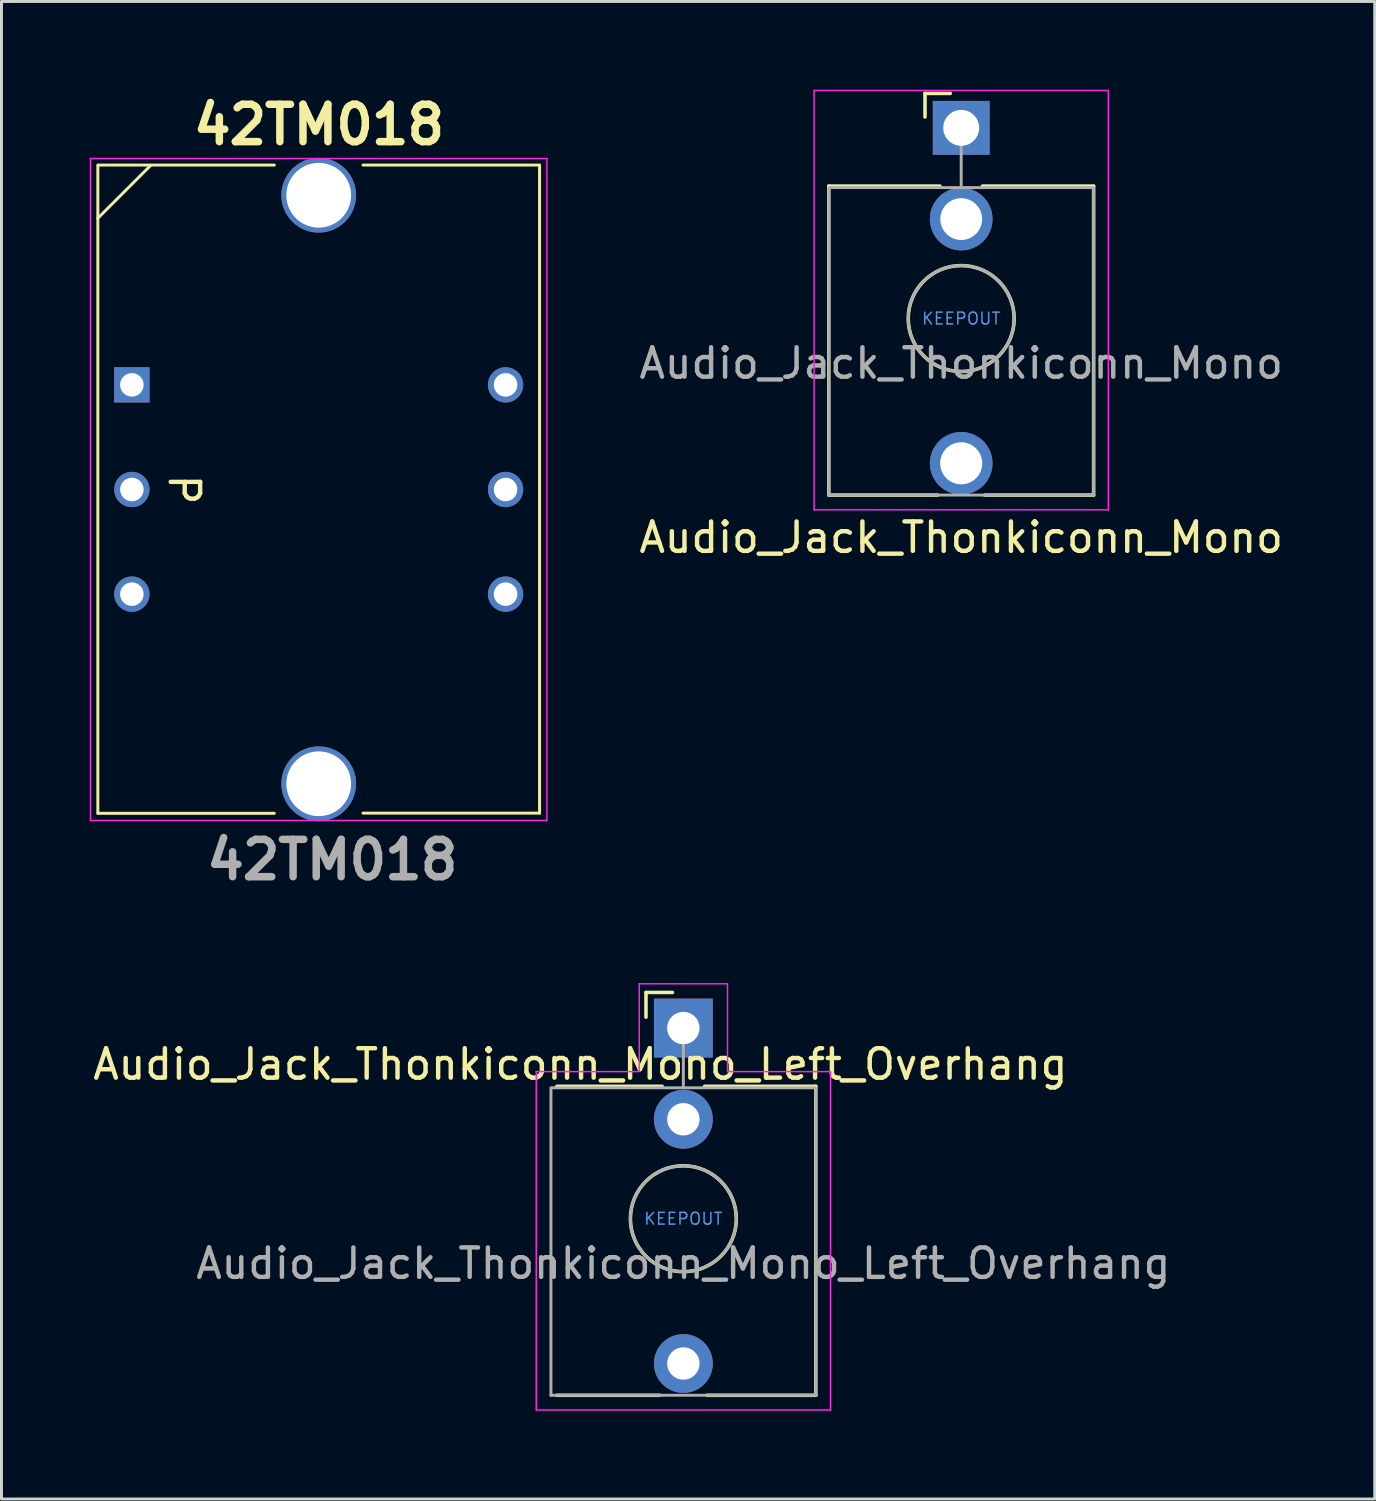
<source format=kicad_pcb>
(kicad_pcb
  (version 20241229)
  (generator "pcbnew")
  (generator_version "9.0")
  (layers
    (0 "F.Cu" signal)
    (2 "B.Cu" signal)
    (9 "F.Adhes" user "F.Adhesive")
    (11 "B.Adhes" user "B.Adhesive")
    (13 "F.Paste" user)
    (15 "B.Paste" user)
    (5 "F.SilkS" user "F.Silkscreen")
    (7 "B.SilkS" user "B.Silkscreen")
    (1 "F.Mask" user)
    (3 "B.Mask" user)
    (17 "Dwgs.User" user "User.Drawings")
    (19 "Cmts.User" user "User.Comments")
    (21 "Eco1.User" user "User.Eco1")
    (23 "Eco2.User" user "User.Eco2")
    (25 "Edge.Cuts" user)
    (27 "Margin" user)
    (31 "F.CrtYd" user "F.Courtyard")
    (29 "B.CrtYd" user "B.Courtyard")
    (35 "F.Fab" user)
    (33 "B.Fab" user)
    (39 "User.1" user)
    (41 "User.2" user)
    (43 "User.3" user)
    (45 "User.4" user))
  (footprint "Audio_Jack_Thonkiconn_Mono_Left_Overhang"
    (layer "F.Cu")
    (at 20.173 38.367)
    (property "Reference" "Audio_Jack_Thonkiconn_Mono_Left_Overhang" (at -3.5 -5.25 180) (layer "F.SilkS") (effects (font (size 1 1) (thickness 0.15))))
    (attr through_hole exclude_from_pos_files exclude_from_bom)
    (fp_line (start -1.27 -7.69) (end -1.27 -6.85) (stroke (width 0.12) (type solid)) (layer "F.SilkS"))
    (fp_line (start -1.27 -7.69) (end -0.37 -7.69) (stroke (width 0.12) (type solid)) (layer "F.SilkS"))
    (fp_line (start -0.8 6) (end -4.3 6) (stroke (width 0.12) (type solid)) (layer "F.SilkS"))
    (fp_line (start -0.72 -4.5) (end -4.3 -4.5) (stroke (width 0.12) (type solid)) (layer "F.SilkS"))
    (fp_line (start 4.5 -4.5) (end 0.72 -4.5) (stroke (width 0.12) (type solid)) (layer "F.SilkS"))
    (fp_line (start 4.5 -4.5) (end 4.5 6) (stroke (width 0.12) (type solid)) (layer "F.SilkS"))
    (fp_line (start 4.5 6) (end 0.8 6) (stroke (width 0.12) (type solid)) (layer "F.SilkS"))
    (fp_circle (center 0 0) (end 1.8 0) (stroke (width 0.12) (type solid)) (fill no) (layer "F.SilkS"))
    (fp_line (start -5 -5) (end -1.5 -5) (stroke (width 0.05) (type default)) (layer "F.CrtYd"))
    (fp_line (start -5 6.5) (end -5 -5) (stroke (width 0.05) (type solid)) (layer "F.CrtYd"))
    (fp_line (start -1.5 -5.008) (end -1.5 -7.985) (stroke (width 0.05) (type default)) (layer "F.CrtYd"))
    (fp_line (start 1.5 -7.985) (end -1.5 -7.985) (stroke (width 0.05) (type solid)) (layer "F.CrtYd"))
    (fp_line (start 1.5 -5) (end 1.5 -7.985) (stroke (width 0.05) (type default)) (layer "F.CrtYd"))
    (fp_line (start 5 -5) (end 1.5 -5) (stroke (width 0.05) (type default)) (layer "F.CrtYd"))
    (fp_line (start 5 6.5) (end -5 6.5) (stroke (width 0.05) (type solid)) (layer "F.CrtYd"))
    (fp_line (start 5 6.5) (end 5 -5) (stroke (width 0.05) (type solid)) (layer "F.CrtYd"))
    (fp_line (start -4.5 6) (end -4.5 -4.4) (stroke (width 0.1) (type solid)) (layer "F.Fab"))
    (fp_line (start 0 -6.48) (end 0 -4.45) (stroke (width 0.1) (type solid)) (layer "F.Fab"))
    (fp_line (start 4.5 -4.45) (end -4.5 -4.45) (stroke (width 0.1) (type solid)) (layer "F.Fab"))
    (fp_line (start 4.5 6) (end -4.5 6) (stroke (width 0.1) (type solid)) (layer "F.Fab"))
    (fp_line (start 4.5 6) (end 4.5 -4.4) (stroke (width 0.1) (type solid)) (layer "F.Fab"))
    (fp_circle (center 0 0) (end 1.8 0) (stroke (width 0.1) (type solid)) (fill no) (layer "F.Fab"))
    (fp_text user "KEEPOUT" (at 0 0 180) (layer "Cmts.User") (effects (font (size 0.4 0.4) (thickness 0.051))))
    (fp_text user "${REFERENCE}" (at 0 1.52 180) (layer "F.Fab") (effects (font (size 1 1) (thickness 0.15))))
    (pad "S" thru_hole rect (at 0 -6.48 180) (size 2 2) (drill 1.1) (layers "*.Cu" "*.Mask"))
    (pad "T" thru_hole circle (at 0 4.92 180) (size 2 2) (drill 1.1) (layers "*.Cu" "*.Mask"))
    (pad "TN" thru_hole circle (at 0 -3.38 180) (size 2 2) (drill 1.1) (layers "*.Cu" "*.Mask"))
    (zone (net_name "") (layer "F.Cu") (hatch full 0.508) (connect_pads) (min_thickness 0.254) (filled_areas_thickness no) (keepout (tracks not_allowed) (vias not_allowed) (pads not_allowed) (copperpour not_allowed) (footprints not_allowed)) (placement (enabled no)) (fill) (polygon (pts (xy 21.678 38.367) (xy 21.658 38.122) (xy 21.597 37.882) (xy 21.499 37.656) (xy 21.365 37.449) (xy 21.199 37.267) (xy 21.006 37.114) (xy 20.79 36.995) (xy 20.557 36.912) (xy 20.314 36.869) (xy 20.068 36.866) (xy 19.824 36.903) (xy 19.589 36.98) (xy 19.371 37.094) (xy 19.173 37.242) (xy 19.003 37.42) (xy 18.864 37.624) (xy 18.76 37.848) (xy 18.694 38.085) (xy 18.668 38.331) (xy 18.682 38.577) (xy 18.736 38.818) (xy 18.829 39.046) (xy 18.958 39.256) (xy 19.12 39.443) (xy 19.309 39.6) (xy 19.522 39.725) (xy 19.753 39.813) (xy 19.994 39.862) (xy 20.241 39.871) (xy 20.486 39.84) (xy 20.722 39.769) (xy 20.943 39.66) (xy 21.144 39.517) (xy 21.319 39.343) (xy 21.463 39.143) (xy 21.572 38.922) (xy 21.644 38.686) (xy 21.676 38.441)))))
  (footprint "Audio_Jack_Thonkiconn_Mono"
    (layer "F.Cu")
    (at 29.615 7.775)
    (property "Reference" "Audio_Jack_Thonkiconn_Mono" (at 0 7.44 180) (layer "F.SilkS") (effects (font (size 1 1) (thickness 0.15))))
    (attr through_hole)
    (fp_line (start -4.5 -4.5) (end -4.5 6) (stroke (width 0.12) (type solid)) (layer "F.SilkS"))
    (fp_line (start -1.23 -7.65) (end -1.23 -6.85) (stroke (width 0.12) (type solid)) (layer "F.SilkS"))
    (fp_line (start -1.23 -7.65) (end -0.37 -7.65) (stroke (width 0.12) (type solid)) (layer "F.SilkS"))
    (fp_line (start -0.8 6) (end -4.5 6) (stroke (width 0.12) (type solid)) (layer "F.SilkS"))
    (fp_line (start -0.72 -4.5) (end -4.5 -4.5) (stroke (width 0.12) (type solid)) (layer "F.SilkS"))
    (fp_line (start 4.5 -4.5) (end 0.72 -4.5) (stroke (width 0.12) (type solid)) (layer "F.SilkS"))
    (fp_line (start 4.5 -4.5) (end 4.5 6) (stroke (width 0.12) (type solid)) (layer "F.SilkS"))
    (fp_line (start 4.5 6) (end 0.8 6) (stroke (width 0.12) (type solid)) (layer "F.SilkS"))
    (fp_circle (center 0 0) (end 1.8 0) (stroke (width 0.12) (type solid)) (fill no) (layer "F.SilkS"))
    (fp_line (start -5 6.5) (end -5 -7.75) (stroke (width 0.05) (type solid)) (layer "F.CrtYd"))
    (fp_line (start 5 -7.75) (end -5 -7.75) (stroke (width 0.05) (type solid)) (layer "F.CrtYd"))
    (fp_line (start 5 6.5) (end -5 6.5) (stroke (width 0.05) (type solid)) (layer "F.CrtYd"))
    (fp_line (start 5 6.5) (end 5 -7.75) (stroke (width 0.05) (type solid)) (layer "F.CrtYd"))
    (fp_line (start -4.5 6) (end -4.5 -4.4) (stroke (width 0.1) (type solid)) (layer "F.Fab"))
    (fp_line (start 0 -6.48) (end 0 -4.45) (stroke (width 0.1) (type solid)) (layer "F.Fab"))
    (fp_line (start 4.5 -4.45) (end -4.5 -4.45) (stroke (width 0.1) (type solid)) (layer "F.Fab"))
    (fp_line (start 4.5 6) (end -4.5 6) (stroke (width 0.1) (type solid)) (layer "F.Fab"))
    (fp_line (start 4.5 6) (end 4.5 -4.4) (stroke (width 0.1) (type solid)) (layer "F.Fab"))
    (fp_circle (center 0 0) (end 1.8 0) (stroke (width 0.1) (type solid)) (fill no) (layer "F.Fab"))
    (fp_text user "KEEPOUT" (at 0 0 180) (layer "Cmts.User") (effects (font (size 0.4 0.4) (thickness 0.051))))
    (fp_text user "${REFERENCE}" (at 0 1.52 180) (layer "F.Fab") (effects (font (size 1 1) (thickness 0.15))))
    (pad "S" thru_hole rect (at 0 -6.48 180) (size 1.93 1.83) (drill 1.22) (layers "*.Cu" "*.Mask"))
    (pad "T" thru_hole circle (at 0 4.92 180) (size 2.13 2.13) (drill 1.43) (layers "*.Cu" "*.Mask"))
    (pad "TN" thru_hole circle (at 0 -3.38 180) (size 2.13 2.13) (drill 1.42) (layers "*.Cu" "*.Mask"))
    (zone (net_name "") (layer "F.Cu") (hatch full 0.508) (connect_pads) (min_thickness 0.254) (filled_areas_thickness no) (keepout (tracks not_allowed) (vias not_allowed) (pads not_allowed) (copperpour not_allowed) (footprints not_allowed)) (placement (enabled no)) (fill) (polygon (pts (xy 31.12 7.775) (xy 31.1 7.529) (xy 31.039 7.29) (xy 30.941 7.064) (xy 30.807 6.857) (xy 30.641 6.674) (xy 30.448 6.521) (xy 30.232 6.402) (xy 29.999 6.32) (xy 29.756 6.277) (xy 29.51 6.274) (xy 29.266 6.311) (xy 29.031 6.387) (xy 28.813 6.501) (xy 28.615 6.649) (xy 28.445 6.828) (xy 28.306 7.032) (xy 28.202 7.255) (xy 28.136 7.493) (xy 28.11 7.738) (xy 28.124 7.984) (xy 28.178 8.225) (xy 28.271 8.454) (xy 28.4 8.664) (xy 28.561 8.85) (xy 28.751 9.008) (xy 28.964 9.132) (xy 29.195 9.22) (xy 29.436 9.27) (xy 29.683 9.279) (xy 29.928 9.247) (xy 30.164 9.176) (xy 30.385 9.068) (xy 30.586 8.925) (xy 30.761 8.751) (xy 30.905 8.55) (xy 31.014 8.329) (xy 31.086 8.093) (xy 31.118 7.849)))))
  (footprint "42TM018"
    (layer "F.Cu")
    (at 1.431 10.029)
    (property "Reference" "42TM018" (at 6.36 -8.84 0) (layer "F.SilkS") (effects (font (size 1.27 1.27) (thickness 0.254))))
    (attr through_hole)
    (fp_line (start -1.156 -5.664) (end 0.622 -7.442) (stroke (width 0.1) (type solid)) (layer "F.SilkS"))
    (fp_line (start -1.156 14.554) (end -1.156 -7.442) (stroke (width 0.1) (type solid)) (layer "F.SilkS"))
    (fp_line (start 4.841 -7.47) (end -1.156 -7.47) (stroke (width 0.1) (type solid)) (layer "F.SilkS"))
    (fp_line (start 4.841 14.56) (end -1.156 14.56) (stroke (width 0.1) (type solid)) (layer "F.SilkS"))
    (fp_line (start 13.855 -7.47) (end 7.855 -7.47) (stroke (width 0.1) (type solid)) (layer "F.SilkS"))
    (fp_line (start 13.855 -7.442) (end 13.855 14.554) (stroke (width 0.1) (type solid)) (layer "F.SilkS"))
    (fp_line (start 13.855 14.554) (end 7.855 14.554) (stroke (width 0.1) (type solid)) (layer "F.SilkS"))
    (fp_line (start -1.406 -7.692) (end 14.105 -7.692) (stroke (width 0.05) (type solid)) (layer "F.CrtYd"))
    (fp_line (start -1.406 14.804) (end -1.406 -7.692) (stroke (width 0.05) (type solid)) (layer "F.CrtYd"))
    (fp_line (start 14.105 -7.692) (end 14.105 14.804) (stroke (width 0.05) (type solid)) (layer "F.CrtYd"))
    (fp_line (start 14.105 14.804) (end -1.406 14.804) (stroke (width 0.05) (type solid)) (layer "F.CrtYd"))
    (fp_text user "P" (at 1.19 2.96 270) (unlocked yes) (layer "F.SilkS") (effects (font (size 1 1) (thickness 0.15)) (justify left bottom)))
    (fp_text user "${REFERENCE}" (at 6.81 16.14 0) (layer "F.Fab") (effects (font (size 1.27 1.27) (thickness 0.254))))
    (pad "" np_thru_hole circle (at 6.35 -6.444) (size 2.54 2.54) (drill 2.2) (layers "*.Cu" "*.Mask"))
    (pad "" np_thru_hole circle (at 6.35 13.556) (size 2.54 2.54) (drill 2.2) (layers "*.Cu" "*.Mask"))
    (pad "1" thru_hole rect (at 0 0) (size 1.2 1.2) (drill 0.8) (layers "*.Cu" "*.Mask"))
    (pad "2" thru_hole circle (at 0 3.556) (size 1.2 1.2) (drill 0.8) (layers "*.Cu" "*.Mask"))
    (pad "3" thru_hole circle (at 0 7.112) (size 1.2 1.2) (drill 0.8) (layers "*.Cu" "*.Mask"))
    (pad "4" thru_hole circle (at 12.7 7.112) (size 1.2 1.2) (drill 0.8) (layers "*.Cu" "*.Mask"))
    (pad "5" thru_hole circle (at 12.7 3.556) (size 1.2 1.2) (drill 0.8) (layers "*.Cu" "*.Mask"))
    (pad "6" thru_hole circle (at 12.7 0) (size 1.2 1.2) (drill 0.8) (layers "*.Cu" "*.Mask")))
  (gr_rect
    (start -3 -3)
    (end 43.668 47.892)
    (stroke (width 0.1) (type default))
    (fill no)
    (layer "Edge.Cuts")))
</source>
